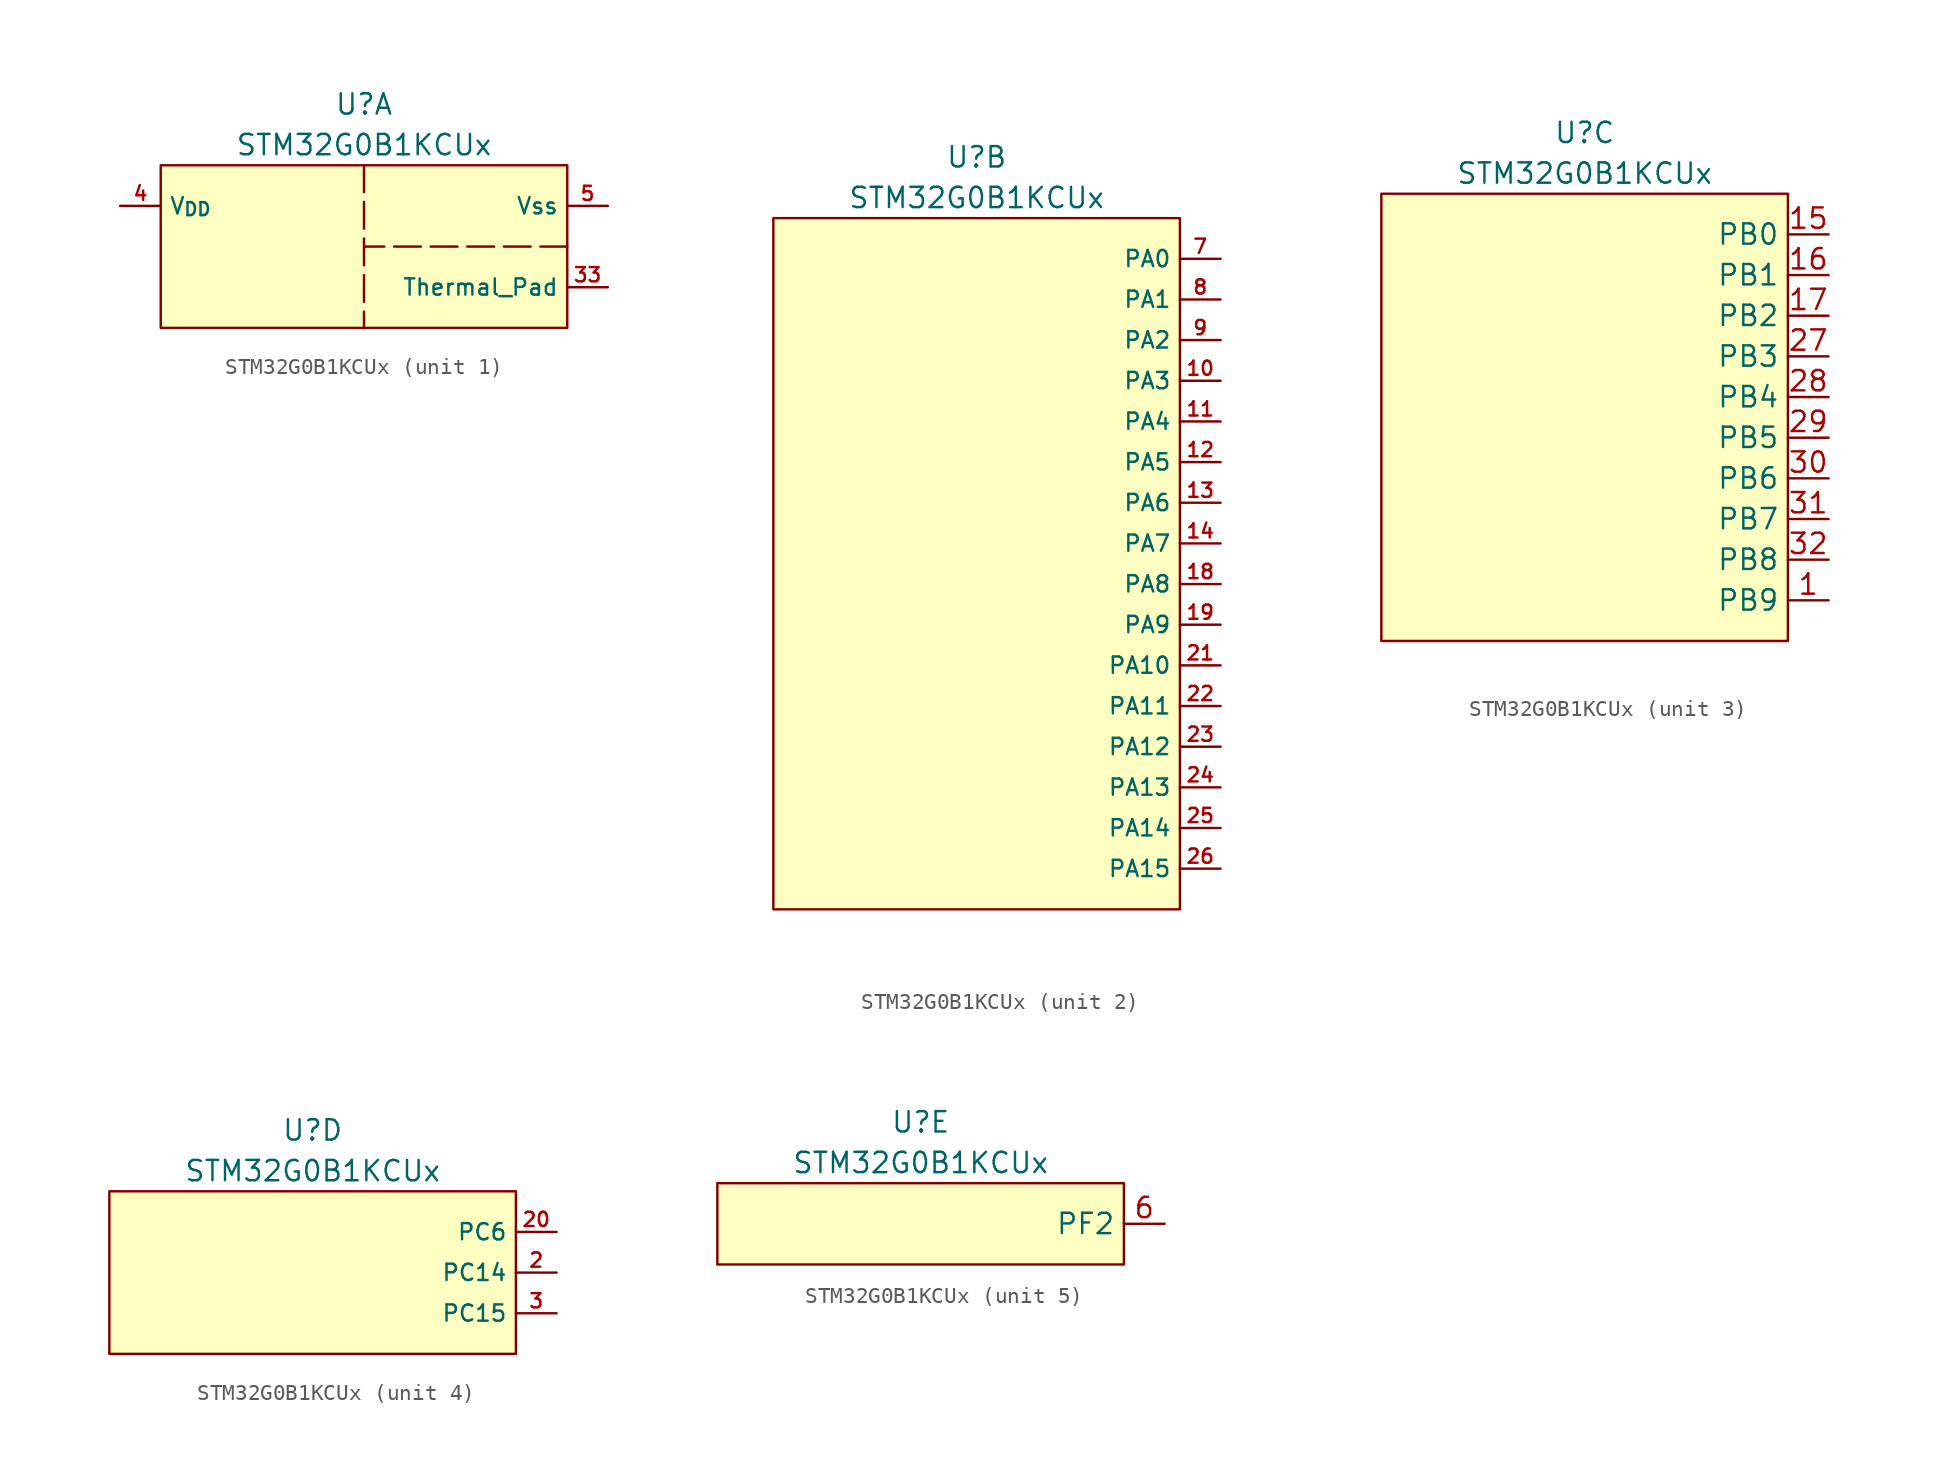
<source format=kicad_sym>
(kicad_symbol_lib
  (version 20241209)
  (generator "kicad_symbol_editor")
  (generator_version "9.0")
  (symbol "STM32G0B1KCUx"
    (property "Reference" "U"
      (at 0 3.81 0)
      (effects (font (size 1.27 1.27))))
    (property "Value" "STM32G0B1KCUx"
      (at 0 1.27 0)
      (effects (font (size 1.27 1.27))))
    (property "ki_locked" ""
      (at 0 0 0)
      (effects (font (size 1.27 1.27))))
    (symbol "STM32G0B1KCUx_1_1"
      (rectangle (start -12.7 0) (end 12.7 -10.16) (stroke (width 0) (type solid)) (fill (type background)))
      (polyline (pts (xy 0 0) (xy 0 -10.16)) (stroke (width 0) (type dash)) (fill (type none)))
      (polyline (pts (xy 12.7 -5.08) (xy 0 -5.08)) (stroke (width 0) (type dash)) (fill (type none)))
      (pin power_in line (at -15.24 -2.54 0) (length 2.54) (name "V_{DD}" (effects (font (size 1.016 1.016)))) (number "4" (effects (font (size 0.889 0.889)))))
      (pin power_in line (at 15.24 -2.54 180) (length 2.54) (name "Vss" (effects (font (size 1.016 1.016)))) (number "5" (effects (font (size 0.889 0.889)))))
      (pin power_in line (at 15.24 -7.62 180) (length 2.54) (name "Thermal_Pad" (effects (font (size 1.016 1.016)))) (number "33" (effects (font (size 0.889 0.889))))))
    (symbol "STM32G0B1KCUx_2_1"
      (rectangle (start -12.7 0) (end 12.7 -43.18) (stroke (width 0) (type solid)) (fill (type background)))
      (pin bidirectional line (at 15.24 -2.54 180) (length 2.54) (name "PA0" (effects (font (size 1.016 1.016)))) (number "7" (effects (font (size 0.889 0.889)))) (alternate "ADC1_IN0" bidirectional line) (alternate "COMP1_INM" bidirectional line) (alternate "COMP1_OUT" bidirectional line) (alternate "I2S2_CK" bidirectional line) (alternate "LPTIM1_OUT" bidirectional line) (alternate "RTC_TAMP_IN2" bidirectional line) (alternate "SPI2_SCK" bidirectional line) (alternate "SYS_WKUP1" bidirectional line) (alternate "TIM2_CH1" bidirectional line) (alternate "TIM2_ETR" bidirectional line) (alternate "USART2_CTS" bidirectional line) (alternate "USART2_NSS" bidirectional line) (alternate "USART4_TX" bidirectional line))
      (pin bidirectional line (at 15.24 -5.08 180) (length 2.54) (name "PA1" (effects (font (size 1.016 1.016)))) (number "8" (effects (font (size 0.889 0.889)))) (alternate "ADC1_IN1" bidirectional line) (alternate "COMP1_INP" bidirectional line) (alternate "I2C1_SMBA" bidirectional line) (alternate "I2S1_CK" bidirectional line) (alternate "SPI1_SCK" bidirectional line) (alternate "TIM15_CH1N" bidirectional line) (alternate "TIM2_CH2" bidirectional line) (alternate "USART2_CK" bidirectional line) (alternate "USART2_DE" bidirectional line) (alternate "USART2_RTS" bidirectional line) (alternate "USART4_RX" bidirectional line))
      (pin bidirectional line (at 15.24 -7.62 180) (length 2.54) (name "PA2" (effects (font (size 1.016 1.016)))) (number "9" (effects (font (size 0.889 0.889)))) (alternate "ADC1_IN2" bidirectional line) (alternate "COMP2_INM" bidirectional line) (alternate "COMP2_OUT" bidirectional line) (alternate "I2S1_SD" bidirectional line) (alternate "LPUART1_TX" bidirectional line) (alternate "RCC_LSCO" bidirectional line) (alternate "SPI1_MOSI" bidirectional line) (alternate "SYS_WKUP4" bidirectional line) (alternate "TIM15_CH1" bidirectional line) (alternate "TIM2_CH3" bidirectional line) (alternate "UCPD1_FRSTX1" bidirectional line) (alternate "UCPD1_FRSTX2" bidirectional line) (alternate "USART2_TX" bidirectional line))
      (pin bidirectional line (at 15.24 -10.16 180) (length 2.54) (name "PA3" (effects (font (size 1.016 1.016)))) (number "10" (effects (font (size 0.889 0.889)))) (alternate "ADC1_IN3" bidirectional line) (alternate "COMP2_INP" bidirectional line) (alternate "I2S2_MCK" bidirectional line) (alternate "LPUART1_RX" bidirectional line) (alternate "SPI2_MISO" bidirectional line) (alternate "TIM15_CH2" bidirectional line) (alternate "TIM2_CH4" bidirectional line) (alternate "USART2_RX" bidirectional line))
      (pin bidirectional line (at 15.24 -12.7 180) (length 2.54) (name "PA4" (effects (font (size 1.016 1.016)))) (number "11" (effects (font (size 0.889 0.889)))) (alternate "ADC1_IN4" bidirectional line) (alternate "DAC1_OUT1" bidirectional line) (alternate "I2S1_WS" bidirectional line) (alternate "I2S2_SD" bidirectional line) (alternate "LPTIM2_OUT" bidirectional line) (alternate "RTC_OUT1" bidirectional line) (alternate "RTC_TAMP_IN1" bidirectional line) (alternate "RTC_TS" bidirectional line) (alternate "SPI1_NSS" bidirectional line) (alternate "SPI2_MOSI" bidirectional line) (alternate "SPI3_NSS" bidirectional line) (alternate "SYS_WKUP2" bidirectional line) (alternate "TIM14_CH1" bidirectional line) (alternate "USART6_TX" bidirectional line) (alternate "USB_NOE" bidirectional line))
      (pin bidirectional line (at 15.24 -15.24 180) (length 2.54) (name "PA5" (effects (font (size 1.016 1.016)))) (number "12" (effects (font (size 0.889 0.889)))) (alternate "ADC1_IN5" bidirectional line) (alternate "CEC" bidirectional line) (alternate "DAC1_OUT2" bidirectional line) (alternate "I2S1_CK" bidirectional line) (alternate "LPTIM2_ETR" bidirectional line) (alternate "SPI1_SCK" bidirectional line) (alternate "TIM2_CH1" bidirectional line) (alternate "TIM2_ETR" bidirectional line) (alternate "UCPD1_FRSTX1" bidirectional line) (alternate "UCPD1_FRSTX2" bidirectional line) (alternate "USART3_TX" bidirectional line) (alternate "USART6_RX" bidirectional line))
      (pin bidirectional line (at 15.24 -17.78 180) (length 2.54) (name "PA6" (effects (font (size 1.016 1.016)))) (number "13" (effects (font (size 0.889 0.889)))) (alternate "ADC1_IN6" bidirectional line) (alternate "COMP1_OUT" bidirectional line) (alternate "I2C2_SDA" bidirectional line) (alternate "I2C3_SDA" bidirectional line) (alternate "I2S1_MCK" bidirectional line) (alternate "LPUART1_CTS" bidirectional line) (alternate "SPI1_MISO" bidirectional line) (alternate "TIM16_CH1" bidirectional line) (alternate "TIM1_BK" bidirectional line) (alternate "TIM3_CH1" bidirectional line) (alternate "USART3_CTS" bidirectional line) (alternate "USART3_NSS" bidirectional line) (alternate "USART6_CTS" bidirectional line) (alternate "USART6_NSS" bidirectional line))
      (pin bidirectional line (at 15.24 -20.32 180) (length 2.54) (name "PA7" (effects (font (size 1.016 1.016)))) (number "14" (effects (font (size 0.889 0.889)))) (alternate "ADC1_IN7" bidirectional line) (alternate "COMP2_OUT" bidirectional line) (alternate "I2C2_SCL" bidirectional line) (alternate "I2C3_SCL" bidirectional line) (alternate "I2S1_SD" bidirectional line) (alternate "SPI1_MOSI" bidirectional line) (alternate "TIM14_CH1" bidirectional line) (alternate "TIM17_CH1" bidirectional line) (alternate "TIM1_CH1N" bidirectional line) (alternate "TIM3_CH2" bidirectional line) (alternate "UCPD1_FRSTX1" bidirectional line) (alternate "UCPD1_FRSTX2" bidirectional line) (alternate "USART6_CK" bidirectional line) (alternate "USART6_DE" bidirectional line) (alternate "USART6_RTS" bidirectional line))
      (pin bidirectional line (at 15.24 -22.86 180) (length 2.54) (name "PA8" (effects (font (size 1.016 1.016)))) (number "18" (effects (font (size 0.889 0.889)))) (alternate "CRS1_SYNC" bidirectional line) (alternate "I2C2_SMBA" bidirectional line) (alternate "I2S2_WS" bidirectional line) (alternate "LPTIM2_OUT" bidirectional line) (alternate "RCC_MCO" bidirectional line) (alternate "SPI2_NSS" bidirectional line) (alternate "TIM1_CH1" bidirectional line) (alternate "UCPD1_CC1" bidirectional line))
      (pin bidirectional line (at 15.24 -25.4 180) (length 2.54) (name "PA9" (effects (font (size 1.016 1.016)))) (number "19" (effects (font (size 0.889 0.889)))) (alternate "PA11" bidirectional line) (alternate "DAC1_EXTI9 (PA9)" bidirectional line) (alternate "I2C1_SCL (PA9)" bidirectional line) (alternate "I2C2_SCL (PA9)" bidirectional line) (alternate "I2S2_MCK (PA9)" bidirectional line) (alternate "RCC_MCO (PA9)" bidirectional line) (alternate "SPI2_MISO (PA9)" bidirectional line) (alternate "TIM15_BK (PA9)" bidirectional line) (alternate "TIM1_CH2 (PA9)" bidirectional line) (alternate "UCPD1_DBCC1" bidirectional line) (alternate "UCPD1_DBCC1 (PA9)" bidirectional line) (alternate "UCPD1_DBCC1 (UCPD1_DBCC1)" bidirectional line) (alternate "USART1_TX (PA9)" bidirectional line))
      (pin bidirectional line (at 15.24 -27.94 180) (length 2.54) (name "PA10" (effects (font (size 1.016 1.016)))) (number "21" (effects (font (size 0.889 0.889)))) (alternate "PA12" bidirectional line) (alternate "I2C1_SDA (PA10)" bidirectional line) (alternate "I2C2_SDA (PA10)" bidirectional line) (alternate "I2S2_SD (PA10)" bidirectional line) (alternate "RCC_MCO_2 (PA10)" bidirectional line) (alternate "SPI2_MOSI (PA10)" bidirectional line) (alternate "TIM17_BK (PA10)" bidirectional line) (alternate "TIM1_CH3 (PA10)" bidirectional line) (alternate "UCPD1_DBCC2" bidirectional line) (alternate "UCPD1_DBCC2 (PA10)" bidirectional line) (alternate "UCPD1_DBCC2 (UCPD1_DBCC2)" bidirectional line) (alternate "USART1_RX (PA10)" bidirectional line))
      (pin bidirectional line (at 15.24 -30.48 180) (length 2.54) (name "PA11" (effects (font (size 1.016 1.016)))) (number "22" (effects (font (size 0.889 0.889)))) (alternate "PA9" bidirectional line) (alternate "ADC1_EXTI11 (PA11)" bidirectional line) (alternate "COMP1_OUT (PA11)" bidirectional line) (alternate "DAC1_EXTI9 (PA9)" bidirectional line) (alternate "FDCAN1_RX (PA11)" bidirectional line) (alternate "I2C1_SCL (PA9)" bidirectional line) (alternate "I2C2_SCL (PA11)" bidirectional line) (alternate "I2C2_SCL (PA9)" bidirectional line) (alternate "I2S1_MCK (PA11)" bidirectional line) (alternate "I2S2_MCK (PA9)" bidirectional line) (alternate "RCC_MCO (PA9)" bidirectional line) (alternate "SPI1_MISO (PA11)" bidirectional line) (alternate "SPI2_MISO (PA9)" bidirectional line) (alternate "TIM15_BK (PA9)" bidirectional line) (alternate "TIM1_BK2 (PA11)" bidirectional line) (alternate "TIM1_CH2 (PA9)" bidirectional line) (alternate "TIM1_CH4 (PA11)" bidirectional line) (alternate "UCPD1_DBCC1 (PA9)" bidirectional line) (alternate "USART1_CTS (PA11)" bidirectional line) (alternate "USART1_NSS (PA11)" bidirectional line) (alternate "USART1_TX (PA9)" bidirectional line) (alternate "USB_DM (PA11)" bidirectional line))
      (pin bidirectional line (at 15.24 -33.02 180) (length 2.54) (name "PA12" (effects (font (size 1.016 1.016)))) (number "23" (effects (font (size 0.889 0.889)))) (alternate "PA10" bidirectional line) (alternate "COMP2_OUT (PA12)" bidirectional line) (alternate "FDCAN1_TX (PA12)" bidirectional line) (alternate "I2C1_SDA (PA10)" bidirectional line) (alternate "I2C2_SDA (PA10)" bidirectional line) (alternate "I2C2_SDA (PA12)" bidirectional line) (alternate "I2S1_SD (PA12)" bidirectional line) (alternate "I2S2_SD (PA10)" bidirectional line) (alternate "I2S_CKIN (PA12)" bidirectional line) (alternate "RCC_MCO_2 (PA10)" bidirectional line) (alternate "SPI1_MOSI (PA12)" bidirectional line) (alternate "SPI2_MOSI (PA10)" bidirectional line) (alternate "TIM17_BK (PA10)" bidirectional line) (alternate "TIM1_CH3 (PA10)" bidirectional line) (alternate "TIM1_ETR (PA12)" bidirectional line) (alternate "UCPD1_DBCC2 (PA10)" bidirectional line) (alternate "USART1_CK (PA12)" bidirectional line) (alternate "USART1_DE (PA12)" bidirectional line) (alternate "USART1_RTS (PA12)" bidirectional line) (alternate "USART1_RX (PA10)" bidirectional line) (alternate "USB_DP (PA12)" bidirectional line))
      (pin bidirectional line (at 15.24 -35.56 180) (length 2.54) (name "PA13" (effects (font (size 1.016 1.016)))) (number "24" (effects (font (size 0.889 0.889)))) (alternate "IR_OUT" bidirectional line) (alternate "LPUART2_RX" bidirectional line) (alternate "SYS_SWDIO" bidirectional line) (alternate "USB_NOE" bidirectional line))
      (pin bidirectional line (at 15.24 -38.1 180) (length 2.54) (name "PA14" (effects (font (size 1.016 1.016)))) (number "25" (effects (font (size 0.889 0.889)))) (alternate "LPUART2_TX" bidirectional line) (alternate "SYS_SWCLK" bidirectional line) (alternate "USART2_TX" bidirectional line))
      (pin bidirectional line (at 15.24 -40.64 180) (length 2.54) (name "PA15" (effects (font (size 1.016 1.016)))) (number "26" (effects (font (size 0.889 0.889)))) (alternate "I2C2_SMBA" bidirectional line) (alternate "I2S1_WS" bidirectional line) (alternate "RCC_MCO_2" bidirectional line) (alternate "SPI1_NSS" bidirectional line) (alternate "SPI3_NSS" bidirectional line) (alternate "TIM2_CH1" bidirectional line) (alternate "TIM2_ETR" bidirectional line) (alternate "USART2_RX" bidirectional line) (alternate "USART3_CK" bidirectional line) (alternate "USART3_DE" bidirectional line) (alternate "USART3_RTS" bidirectional line) (alternate "USART4_CK" bidirectional line) (alternate "USART4_DE" bidirectional line) (alternate "USART4_RTS" bidirectional line) (alternate "USB_NOE" bidirectional line)))
    (symbol "STM32G0B1KCUx_3_1"
      (rectangle (start -12.7 0) (end 12.7 -27.94) (stroke (width 0) (type solid)) (fill (type background)))
      (pin bidirectional line (at 15.24 -2.54 180) (length 2.54) (name "PB0" (effects (font (size 1.27 1.27)))) (number "15" (effects (font (size 1.27 1.27)))) (alternate "ADC1_IN8" bidirectional line) (alternate "COMP1_OUT" bidirectional line) (alternate "COMP3_INP" bidirectional line) (alternate "FDCAN2_RX" bidirectional line) (alternate "I2S1_WS" bidirectional line) (alternate "LPTIM1_OUT" bidirectional line) (alternate "LPUART2_CTS" bidirectional line) (alternate "SPI1_NSS" bidirectional line) (alternate "TIM1_CH2N" bidirectional line) (alternate "TIM3_CH3" bidirectional line) (alternate "UCPD1_FRSTX1" bidirectional line) (alternate "UCPD1_FRSTX2" bidirectional line) (alternate "USART3_RX" bidirectional line) (alternate "USART5_TX" bidirectional line))
      (pin bidirectional line (at 15.24 -5.08 180) (length 2.54) (name "PB1" (effects (font (size 1.27 1.27)))) (number "16" (effects (font (size 1.27 1.27)))) (alternate "ADC1_IN9" bidirectional line) (alternate "COMP1_INM" bidirectional line) (alternate "COMP3_OUT" bidirectional line) (alternate "FDCAN2_TX" bidirectional line) (alternate "LPTIM2_IN1" bidirectional line) (alternate "LPUART1_DE" bidirectional line) (alternate "LPUART1_RTS" bidirectional line) (alternate "LPUART2_DE" bidirectional line) (alternate "LPUART2_RTS" bidirectional line) (alternate "TIM14_CH1" bidirectional line) (alternate "TIM1_CH3N" bidirectional line) (alternate "TIM3_CH4" bidirectional line) (alternate "USART3_CK" bidirectional line) (alternate "USART3_DE" bidirectional line) (alternate "USART3_RTS" bidirectional line) (alternate "USART5_RX" bidirectional line))
      (pin bidirectional line (at 15.24 -7.62 180) (length 2.54) (name "PB2" (effects (font (size 1.27 1.27)))) (number "17" (effects (font (size 1.27 1.27)))) (alternate "ADC1_IN10" bidirectional line) (alternate "COMP1_INP" bidirectional line) (alternate "COMP3_INM" bidirectional line) (alternate "I2S2_MCK" bidirectional line) (alternate "LPTIM1_OUT" bidirectional line) (alternate "RCC_MCO_2" bidirectional line) (alternate "SPI2_MISO" bidirectional line) (alternate "USART3_TX" bidirectional line))
      (pin bidirectional line (at 15.24 -10.16 180) (length 2.54) (name "PB3" (effects (font (size 1.27 1.27)))) (number "27" (effects (font (size 1.27 1.27)))) (alternate "COMP2_INM" bidirectional line) (alternate "I2C2_SCL" bidirectional line) (alternate "I2C3_SCL" bidirectional line) (alternate "I2S1_CK" bidirectional line) (alternate "SPI1_SCK" bidirectional line) (alternate "SPI3_SCK" bidirectional line) (alternate "TIM1_CH2" bidirectional line) (alternate "TIM2_CH2" bidirectional line) (alternate "USART1_CK" bidirectional line) (alternate "USART1_DE" bidirectional line) (alternate "USART1_RTS" bidirectional line) (alternate "USART5_TX" bidirectional line))
      (pin bidirectional line (at 15.24 -12.7 180) (length 2.54) (name "PB4" (effects (font (size 1.27 1.27)))) (number "28" (effects (font (size 1.27 1.27)))) (alternate "COMP2_INP" bidirectional line) (alternate "I2C2_SDA" bidirectional line) (alternate "I2C3_SDA" bidirectional line) (alternate "I2S1_MCK" bidirectional line) (alternate "SPI1_MISO" bidirectional line) (alternate "SPI3_MISO" bidirectional line) (alternate "TIM17_BK" bidirectional line) (alternate "TIM3_CH1" bidirectional line) (alternate "USART1_CTS" bidirectional line) (alternate "USART1_NSS" bidirectional line) (alternate "USART5_RX" bidirectional line))
      (pin bidirectional line (at 15.24 -15.24 180) (length 2.54) (name "PB5" (effects (font (size 1.27 1.27)))) (number "29" (effects (font (size 1.27 1.27)))) (alternate "COMP2_OUT" bidirectional line) (alternate "FDCAN2_RX" bidirectional line) (alternate "I2C1_SMBA" bidirectional line) (alternate "I2S1_SD" bidirectional line) (alternate "LPTIM1_IN1" bidirectional line) (alternate "SPI1_MOSI" bidirectional line) (alternate "SPI3_MOSI" bidirectional line) (alternate "SYS_WKUP6" bidirectional line) (alternate "TIM16_BK" bidirectional line) (alternate "TIM3_CH2" bidirectional line) (alternate "USART5_CK" bidirectional line) (alternate "USART5_DE" bidirectional line) (alternate "USART5_RTS" bidirectional line))
      (pin bidirectional line (at 15.24 -17.78 180) (length 2.54) (name "PB6" (effects (font (size 1.27 1.27)))) (number "30" (effects (font (size 1.27 1.27)))) (alternate "COMP2_INP" bidirectional line) (alternate "FDCAN2_TX" bidirectional line) (alternate "I2C1_SCL" bidirectional line) (alternate "I2S2_MCK" bidirectional line) (alternate "LPTIM1_ETR" bidirectional line) (alternate "LPUART2_TX" bidirectional line) (alternate "SPI2_MISO" bidirectional line) (alternate "TIM16_CH1N" bidirectional line) (alternate "TIM1_CH3" bidirectional line) (alternate "TIM4_CH1" bidirectional line) (alternate "USART1_TX" bidirectional line) (alternate "USART5_CTS" bidirectional line) (alternate "USART5_NSS" bidirectional line))
      (pin bidirectional line (at 15.24 -20.32 180) (length 2.54) (name "PB7" (effects (font (size 1.27 1.27)))) (number "31" (effects (font (size 1.27 1.27)))) (alternate "COMP2_INM" bidirectional line) (alternate "I2C1_SDA" bidirectional line) (alternate "I2S2_SD" bidirectional line) (alternate "LPTIM1_IN2" bidirectional line) (alternate "LPUART2_RX" bidirectional line) (alternate "SPI2_MOSI" bidirectional line) (alternate "SYS_PVD_IN" bidirectional line) (alternate "TIM17_CH1N" bidirectional line) (alternate "TIM4_CH2" bidirectional line) (alternate "USART1_RX" bidirectional line) (alternate "USART4_CTS" bidirectional line) (alternate "USART4_NSS" bidirectional line))
      (pin bidirectional line (at 15.24 -22.86 180) (length 2.54) (name "PB8" (effects (font (size 1.27 1.27)))) (number "32" (effects (font (size 1.27 1.27)))) (alternate "CEC" bidirectional line) (alternate "FDCAN1_RX" bidirectional line) (alternate "I2C1_SCL" bidirectional line) (alternate "I2S2_CK" bidirectional line) (alternate "SPI2_SCK" bidirectional line) (alternate "TIM15_BK" bidirectional line) (alternate "TIM16_CH1" bidirectional line) (alternate "TIM4_CH3" bidirectional line) (alternate "USART3_TX" bidirectional line) (alternate "USART6_TX" bidirectional line))
      (pin bidirectional line (at 15.24 -25.4 180) (length 2.54) (name "PB9" (effects (font (size 1.27 1.27)))) (number "1" (effects (font (size 1.27 1.27)))) (alternate "DAC1_EXTI9" bidirectional line) (alternate "FDCAN1_TX" bidirectional line) (alternate "I2C1_SDA" bidirectional line) (alternate "I2S2_WS" bidirectional line) (alternate "IR_OUT" bidirectional line) (alternate "SPI2_NSS" bidirectional line) (alternate "TIM17_CH1" bidirectional line) (alternate "TIM4_CH4" bidirectional line) (alternate "USART3_RX" bidirectional line) (alternate "USART6_RX" bidirectional line)))
    (symbol "STM32G0B1KCUx_4_1"
      (rectangle (start -12.7 0) (end 12.7 -10.16) (stroke (width 0) (type solid)) (fill (type background)))
      (pin bidirectional line (at 15.24 -2.54 180) (length 2.54) (name "PC6" (effects (font (size 1.016 1.016)))) (number "20" (effects (font (size 0.889 0.889)))) (alternate "LPUART2_TX" bidirectional line) (alternate "TIM2_CH3" bidirectional line) (alternate "TIM3_CH1" bidirectional line) (alternate "UCPD1_FRSTX1" bidirectional line) (alternate "UCPD1_FRSTX2" bidirectional line))
      (pin bidirectional line (at 15.24 -5.08 180) (length 2.54) (name "PC14" (effects (font (size 1.016 1.016)))) (number "2" (effects (font (size 0.889 0.889)))) (alternate "RCC_OSC32_IN" bidirectional line) (alternate "RCC_OSC_IN" bidirectional line) (alternate "TIM1_BK2" bidirectional line))
      (pin bidirectional line (at 15.24 -7.62 180) (length 2.54) (name "PC15" (effects (font (size 1.016 1.016)))) (number "3" (effects (font (size 0.889 0.889)))) (alternate "RCC_OSC32_EN" bidirectional line) (alternate "RCC_OSC32_OUT" bidirectional line) (alternate "RCC_OSC_EN" bidirectional line) (alternate "TIM15_BK" bidirectional line)))
    (symbol "STM32G0B1KCUx_5_1"
      (rectangle (start -12.7 0) (end 12.7 -5.08) (stroke (width 0) (type solid)) (fill (type background)))
      (pin bidirectional line (at 15.24 -2.54 180) (length 2.54) (name "PF2" (effects (font (size 1.27 1.27)))) (number "6" (effects (font (size 1.27 1.27)))) (alternate "LPUART2_DE" bidirectional line) (alternate "LPUART2_RTS" bidirectional line) (alternate "LPUART2_TX" bidirectional line) (alternate "RCC_MCO" bidirectional line)))))
</source>
